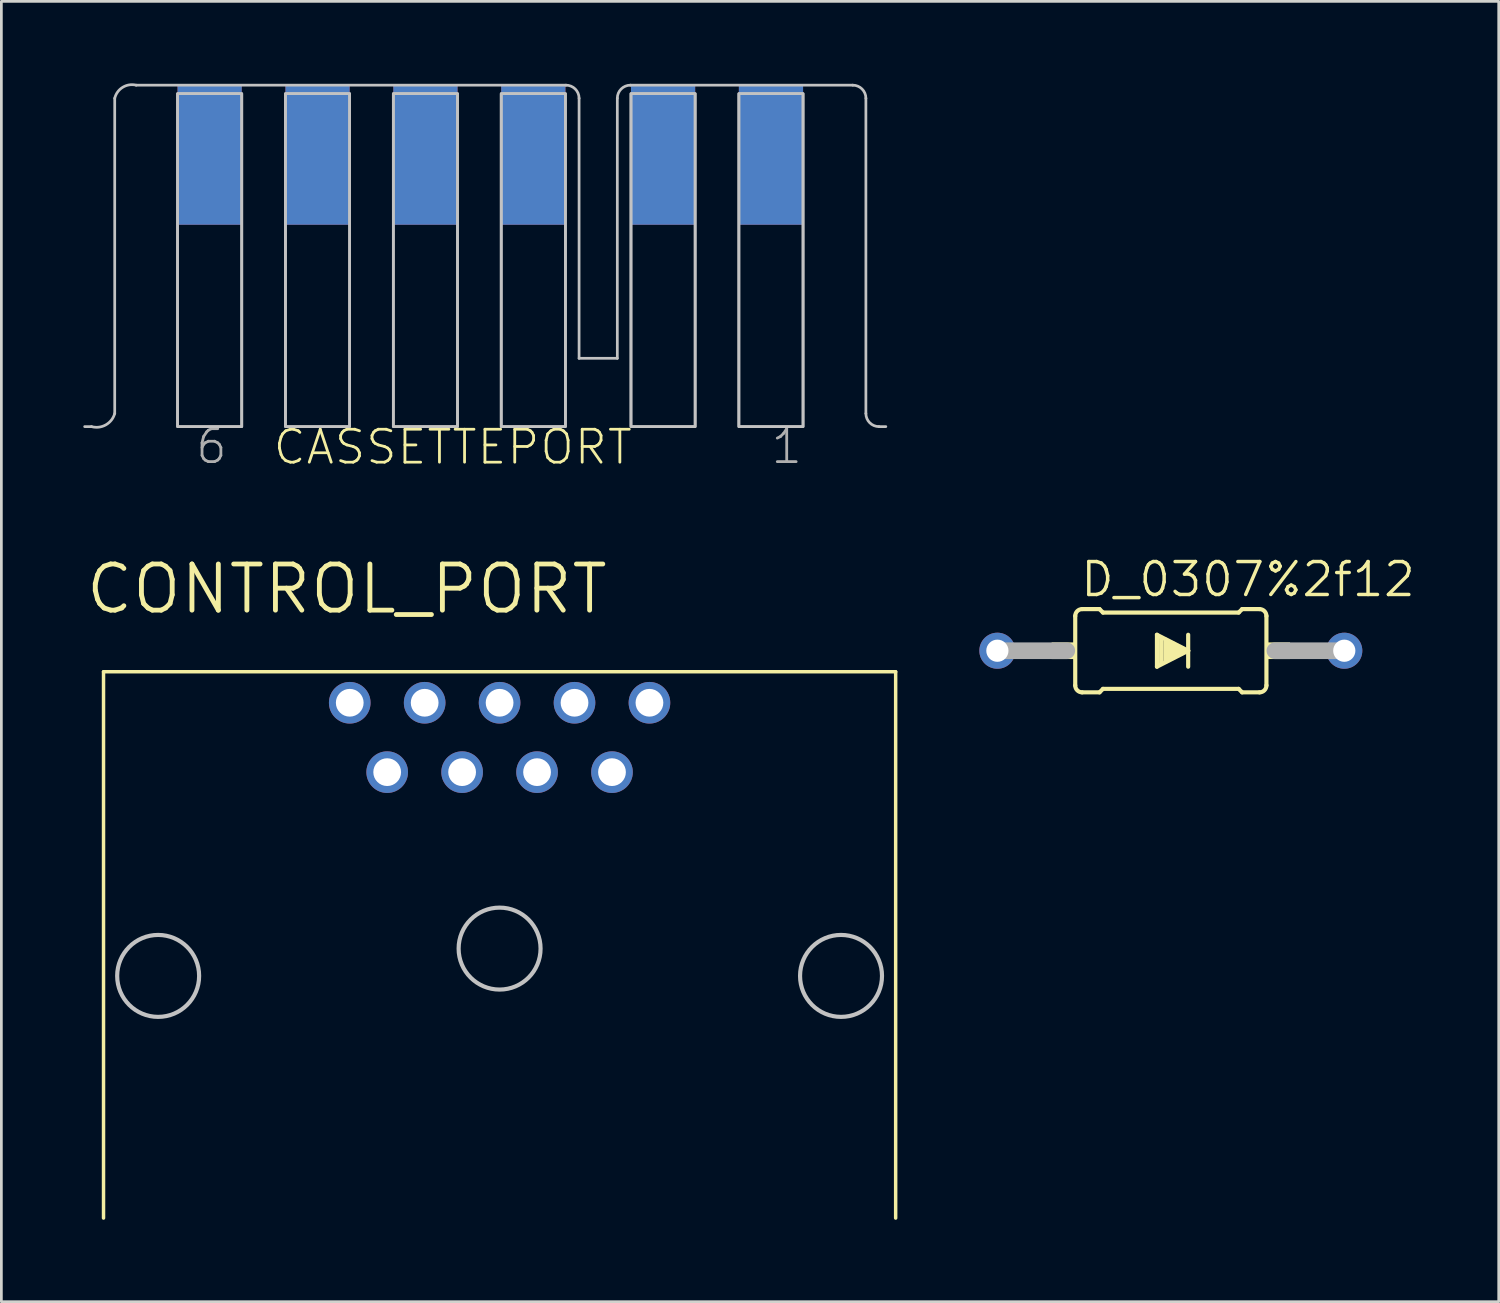
<source format=kicad_pcb>
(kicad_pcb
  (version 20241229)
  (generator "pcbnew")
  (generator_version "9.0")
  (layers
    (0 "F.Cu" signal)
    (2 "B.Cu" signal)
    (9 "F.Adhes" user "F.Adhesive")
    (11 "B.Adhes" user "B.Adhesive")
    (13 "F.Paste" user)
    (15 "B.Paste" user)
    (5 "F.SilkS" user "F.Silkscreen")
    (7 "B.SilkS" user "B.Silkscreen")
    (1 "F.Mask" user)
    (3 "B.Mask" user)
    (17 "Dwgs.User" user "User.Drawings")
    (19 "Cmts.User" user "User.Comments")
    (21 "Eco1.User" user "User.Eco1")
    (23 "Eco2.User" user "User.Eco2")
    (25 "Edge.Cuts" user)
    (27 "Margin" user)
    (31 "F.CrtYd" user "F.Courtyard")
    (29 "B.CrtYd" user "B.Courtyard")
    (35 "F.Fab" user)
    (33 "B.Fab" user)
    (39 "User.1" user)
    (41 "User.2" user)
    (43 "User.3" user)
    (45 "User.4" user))
  (footprint "CASSETTEPORT"
    (layer "F.Cu")
    (at 15.35 7.588)
    (property "Reference" "CASSETTEPORT" (at -8.466 6.435 0) (layer "F.SilkS") (effects (font (size 1.206 1.206) (thickness 0.102)) (justify left bottom)))
    (attr through_hole)
    (fp_line (start -15.3 4.98) (end -15.05 4.98) (stroke (width 0.1) (type solid)) (layer "Dwgs.User"))
    (fp_line (start -14.2 4.5) (end -14.2 -7.04) (stroke (width 0.1) (type solid)) (layer "Dwgs.User"))
    (fp_line (start -13.415 -7.52) (end 2.32 -7.52) (stroke (width 0.1) (type solid)) (layer "Dwgs.User"))
    (fp_line (start 2.8 -7.04) (end 2.8 2.48) (stroke (width 0.1) (type solid)) (layer "Dwgs.User"))
    (fp_line (start 4.2 -7.04) (end 4.2 2.48) (stroke (width 0.1) (type solid)) (layer "Dwgs.User"))
    (fp_line (start 4.2 2.48) (end 2.8 2.48) (stroke (width 0.1) (type solid)) (layer "Dwgs.User"))
    (fp_line (start 12.82 -7.52) (end 4.68 -7.52) (stroke (width 0.1) (type solid)) (layer "Dwgs.User"))
    (fp_line (start 13.3 4.5) (end 13.3 -7.04) (stroke (width 0.1) (type solid)) (layer "Dwgs.User"))
    (fp_line (start 14.03 4.98) (end 13.78 4.98) (stroke (width 0.1) (type solid)) (layer "Dwgs.User"))
    (fp_arc (start -14.2 -7.04) (mid -13.906911 -7.442579) (end -13.415 -7.52) (stroke (width 0.1) (type solid)) (layer "Dwgs.User"))
    (fp_arc (start -14.2 4.5) (mid -14.525589 4.916041) (end -15.05 4.98) (stroke (width 0.1) (type solid)) (layer "Dwgs.User"))
    (fp_arc (start 2.32 -7.52) (mid 2.659411 -7.379411) (end 2.8 -7.04) (stroke (width 0.1) (type solid)) (layer "Dwgs.User"))
    (fp_arc (start 4.2 -7.04) (mid 4.340589 -7.379411) (end 4.68 -7.52) (stroke (width 0.1) (type solid)) (layer "Dwgs.User"))
    (fp_arc (start 12.82 -7.52) (mid 13.159411 -7.379411) (end 13.3 -7.04) (stroke (width 0.1) (type solid)) (layer "Dwgs.User"))
    (fp_arc (start 13.78 4.98) (mid 13.440589 4.839411) (end 13.3 4.5) (stroke (width 0.1) (type solid)) (layer "Dwgs.User"))
    (fp_poly (pts (xy -11.9 4.98) (xy -9.55 4.98) (xy -9.55 -7.21) (xy -11.9 -7.21)) (stroke (width 0.1) (type solid)) (fill no) (layer "Dwgs.User"))
    (fp_poly (pts (xy -11.9 4.98) (xy -9.55 4.98) (xy -9.55 -7.21) (xy -11.9 -7.21)) (stroke (width 0.1) (type solid)) (fill no) (layer "Dwgs.User"))
    (fp_poly (pts (xy -7.95 4.98) (xy -5.6 4.98) (xy -5.6 -7.21) (xy -7.95 -7.21)) (stroke (width 0.1) (type solid)) (fill no) (layer "Dwgs.User"))
    (fp_poly (pts (xy -7.95 4.98) (xy -5.6 4.98) (xy -5.6 -7.21) (xy -7.95 -7.21)) (stroke (width 0.1) (type solid)) (fill no) (layer "Dwgs.User"))
    (fp_poly (pts (xy -4 4.98) (xy -1.65 4.98) (xy -1.65 -7.21) (xy -4 -7.21)) (stroke (width 0.1) (type solid)) (fill no) (layer "Dwgs.User"))
    (fp_poly (pts (xy -4 4.98) (xy -1.65 4.98) (xy -1.65 -7.21) (xy -4 -7.21)) (stroke (width 0.1) (type solid)) (fill no) (layer "Dwgs.User"))
    (fp_poly (pts (xy -0.05 4.98) (xy 2.3 4.98) (xy 2.3 -7.21) (xy -0.05 -7.21)) (stroke (width 0.1) (type solid)) (fill no) (layer "Dwgs.User"))
    (fp_poly (pts (xy -0.05 4.98) (xy 2.3 4.98) (xy 2.3 -7.21) (xy -0.05 -7.21)) (stroke (width 0.1) (type solid)) (fill no) (layer "Dwgs.User"))
    (fp_poly (pts (xy 4.7 4.98) (xy 7.05 4.98) (xy 7.05 -7.21) (xy 4.7 -7.21)) (stroke (width 0.1) (type solid)) (fill no) (layer "Dwgs.User"))
    (fp_poly (pts (xy 4.7 4.98) (xy 7.05 4.98) (xy 7.05 -7.21) (xy 4.7 -7.21)) (stroke (width 0.1) (type solid)) (fill no) (layer "Dwgs.User"))
    (fp_poly (pts (xy 8.65 4.98) (xy 11 4.98) (xy 11 -7.21) (xy 8.65 -7.21)) (stroke (width 0.1) (type solid)) (fill no) (layer "Dwgs.User"))
    (fp_poly (pts (xy 8.65 4.98) (xy 11 4.98) (xy 11 -7.21) (xy 8.65 -7.21)) (stroke (width 0.1) (type solid)) (fill no) (layer "Dwgs.User"))
    (fp_text user "6" (at -11.3 6.415 0) (layer "F.Fab") (effects (font (size 1.206 1.206) (thickness 0.102)) (justify left bottom)))
    (fp_text user "1" (at 9.76 6.415 0) (layer "F.Fab") (effects (font (size 1.206 1.206) (thickness 0.102)) (justify left bottom)))
    (pad "1" smd rect (at 9.825 -4.95 180) (size 2.35 5.08) (layers "F.Cu" "F.Mask" "F.Paste"))
    (pad "2" smd rect (at 5.875 -4.95 180) (size 2.35 5.08) (layers "F.Cu" "F.Mask" "F.Paste"))
    (pad "3" smd rect (at 1.125 -4.95 180) (size 2.35 5.08) (layers "F.Cu" "F.Mask" "F.Paste"))
    (pad "4" smd rect (at -2.825 -4.95 180) (size 2.35 5.08) (layers "F.Cu" "F.Mask" "F.Paste"))
    (pad "5" smd rect (at -6.775 -4.95 180) (size 2.35 5.08) (layers "F.Cu" "F.Mask" "F.Paste"))
    (pad "6" smd rect (at -10.725 -4.95 180) (size 2.35 5.08) (layers "F.Cu" "F.Mask" "F.Paste"))
    (pad "A" smd rect (at 9.825 -4.95 180) (size 2.35 5.08) (layers "B.Cu" "B.Mask" "B.Paste"))
    (pad "B" smd rect (at 5.875 -4.95 180) (size 2.35 5.08) (layers "B.Cu" "B.Mask" "B.Paste"))
    (pad "C" smd rect (at 1.125 -4.95 180) (size 2.35 5.08) (layers "B.Cu" "B.Mask" "B.Paste"))
    (pad "D" smd rect (at -2.825 -4.95 180) (size 2.35 5.08) (layers "B.Cu" "B.Mask" "B.Paste"))
    (pad "E" smd rect (at -6.775 -4.95 180) (size 2.35 5.08) (layers "B.Cu" "B.Mask" "B.Paste"))
    (pad "F" smd rect (at -10.725 -4.95 180) (size 2.35 5.08) (layers "B.Cu" "B.Mask" "B.Paste")))
  (footprint "CONTROL_PORT"
    (layer "F.Cu")
    (at 15.24 23.948)
    (property "Reference" "CONTROL_PORT" (at -15.24 -4.445 0) (layer "F.SilkS") (effects (font (size 1.689 1.689) (thickness 0.178)) (justify left bottom)))
    (attr through_hole)
    (fp_line (start -14.5 -2.405) (end 14.5 -2.405) (stroke (width 0.127) (type solid)) (layer "F.SilkS"))
    (fp_line (start -14.5 17.595) (end -14.5 -2.405) (stroke (width 0.127) (type solid)) (layer "F.SilkS"))
    (fp_line (start 14.5 -2.405) (end 14.5 17.595) (stroke (width 0.127) (type solid)) (layer "F.SilkS"))
    (fp_circle (center -12.5 8.73) (end -11 8.73) (stroke (width 0.152) (type solid)) (fill no) (layer "Dwgs.User"))
    (fp_circle (center 0 7.73) (end 1.5 7.73) (stroke (width 0.152) (type solid)) (fill no) (layer "Dwgs.User"))
    (fp_circle (center 12.5 8.73) (end 14 8.73) (stroke (width 0.152) (type solid)) (fill no) (layer "Dwgs.User"))
    (pad "1" thru_hole circle (at -5.486 -1.27) (size 1.524 1.524) (drill 1.016) (layers "*.Cu" "*.Mask"))
    (pad "2" thru_hole circle (at -2.743 -1.27) (size 1.524 1.524) (drill 1.016) (layers "*.Cu" "*.Mask"))
    (pad "3" thru_hole circle (at 0 -1.27) (size 1.524 1.524) (drill 1.016) (layers "*.Cu" "*.Mask"))
    (pad "4" thru_hole circle (at 2.743 -1.27) (size 1.524 1.524) (drill 1.016) (layers "*.Cu" "*.Mask"))
    (pad "5" thru_hole circle (at 5.486 -1.27) (size 1.524 1.524) (drill 1.016) (layers "*.Cu" "*.Mask"))
    (pad "6" thru_hole circle (at -4.115 1.27) (size 1.524 1.524) (drill 1.016) (layers "*.Cu" "*.Mask"))
    (pad "7" thru_hole circle (at -1.372 1.27) (size 1.524 1.524) (drill 1.016) (layers "*.Cu" "*.Mask"))
    (pad "8" thru_hole circle (at 1.372 1.27) (size 1.524 1.524) (drill 1.016) (layers "*.Cu" "*.Mask"))
    (pad "9" thru_hole circle (at 4.115 1.27) (size 1.524 1.524) (drill 1.016) (layers "*.Cu" "*.Mask")))
  (footprint "D_0307%2f12"
    (layer "F.Cu")
    (at 39.814 20.773)
    (property "Reference" "D_0307%2f12" (at -3.373 -1.905 0) (layer "F.SilkS") (effects (font (size 1.206 1.206) (thickness 0.127)) (justify left bottom)))
    (attr through_hole)
    (fp_line (start -3.5 1.27) (end -3.5 -1.27) (stroke (width 0.152) (type solid)) (layer "F.SilkS"))
    (fp_line (start -3.246 -1.524) (end -2.611 -1.524) (stroke (width 0.152) (type solid)) (layer "F.SilkS"))
    (fp_line (start -3.246 1.524) (end -2.611 1.524) (stroke (width 0.152) (type solid)) (layer "F.SilkS"))
    (fp_line (start -2.484 -1.397) (end -2.611 -1.524) (stroke (width 0.152) (type solid)) (layer "F.SilkS"))
    (fp_line (start -2.484 1.397) (end -2.611 1.524) (stroke (width 0.152) (type solid)) (layer "F.SilkS"))
    (fp_line (start -0.508 -0.584) (end 0.635 0) (stroke (width 0.152) (type solid)) (layer "F.SilkS"))
    (fp_line (start -0.508 0.584) (end -0.508 -0.584) (stroke (width 0.152) (type solid)) (layer "F.SilkS"))
    (fp_line (start -0.356 0.483) (end -0.356 -0.483) (stroke (width 0.152) (type solid)) (layer "F.SilkS"))
    (fp_line (start -0.203 0.406) (end -0.203 -0.406) (stroke (width 0.152) (type solid)) (layer "F.SilkS"))
    (fp_line (start -0.127 0.356) (end -0.127 -0.356) (stroke (width 0.152) (type solid)) (layer "F.SilkS"))
    (fp_line (start -0.051 0.279) (end -0.051 -0.279) (stroke (width 0.152) (type solid)) (layer "F.SilkS"))
    (fp_line (start 0.025 0.279) (end 0.025 -0.279) (stroke (width 0.152) (type solid)) (layer "F.SilkS"))
    (fp_line (start 0.102 0.254) (end 0.102 -0.254) (stroke (width 0.152) (type solid)) (layer "F.SilkS"))
    (fp_line (start 0.178 0.127) (end 0.178 -0.127) (stroke (width 0.152) (type solid)) (layer "F.SilkS"))
    (fp_line (start 0.254 0.127) (end 0.254 -0.127) (stroke (width 0.152) (type solid)) (layer "F.SilkS"))
    (fp_line (start 0.33 0.127) (end 0.33 -0.127) (stroke (width 0.152) (type solid)) (layer "F.SilkS"))
    (fp_line (start 0.406 0.102) (end 0.406 -0.102) (stroke (width 0.152) (type solid)) (layer "F.SilkS"))
    (fp_line (start 0.635 0) (end -0.508 0.584) (stroke (width 0.152) (type solid)) (layer "F.SilkS"))
    (fp_line (start 0.635 0) (end 0.635 -0.584) (stroke (width 0.152) (type solid)) (layer "F.SilkS"))
    (fp_line (start 0.635 0.584) (end 0.635 0) (stroke (width 0.152) (type solid)) (layer "F.SilkS"))
    (fp_line (start 2.484 -1.397) (end -2.484 -1.397) (stroke (width 0.152) (type solid)) (layer "F.SilkS"))
    (fp_line (start 2.484 -1.397) (end 2.611 -1.524) (stroke (width 0.152) (type solid)) (layer "F.SilkS"))
    (fp_line (start 2.484 1.397) (end -2.484 1.397) (stroke (width 0.152) (type solid)) (layer "F.SilkS"))
    (fp_line (start 2.484 1.397) (end 2.611 1.524) (stroke (width 0.152) (type solid)) (layer "F.SilkS"))
    (fp_line (start 3.246 -1.524) (end 2.611 -1.524) (stroke (width 0.152) (type solid)) (layer "F.SilkS"))
    (fp_line (start 3.246 1.524) (end 2.611 1.524) (stroke (width 0.152) (type solid)) (layer "F.SilkS"))
    (fp_line (start 3.5 1.27) (end 3.5 -1.27) (stroke (width 0.152) (type solid)) (layer "F.SilkS"))
    (fp_arc (start -3.5 -1.27) (mid -3.425605 -1.449605) (end -3.246 -1.524) (stroke (width 0.1524) (type solid)) (layer "F.SilkS"))
    (fp_arc (start -3.246 1.524) (mid -3.425605 1.449605) (end -3.5 1.27) (stroke (width 0.1524) (type solid)) (layer "F.SilkS"))
    (fp_arc (start 3.246 -1.524) (mid 3.425605 -1.449605) (end 3.5 -1.27) (stroke (width 0.1524) (type solid)) (layer "F.SilkS"))
    (fp_arc (start 3.5 1.27) (mid 3.425605 1.449605) (end 3.246 1.524) (stroke (width 0.1524) (type solid)) (layer "F.SilkS"))
    (fp_poly (pts (xy -4.364 0.305) (xy -3.5 0.305) (xy -3.5 -0.305) (xy -4.364 -0.305)) (stroke (width 0) (type solid)) (fill yes) (layer "F.SilkS"))
    (fp_poly (pts (xy 3.5 0.305) (xy 4.364 0.305) (xy 4.364 -0.305) (xy 3.5 -0.305)) (stroke (width 0) (type solid)) (fill yes) (layer "F.SilkS"))
    (fp_line (start -6.35 0) (end -3.81 0) (stroke (width 0.61) (type solid)) (layer "F.Fab"))
    (fp_line (start 6.35 0) (end 3.81 0) (stroke (width 0.61) (type solid)) (layer "F.Fab"))
    (pad "1" thru_hole circle (at -6.35 0) (size 1.321 1.321) (drill 0.813) (layers "*.Cu" "*.Mask"))
    (pad "2" thru_hole circle (at 6.35 0) (size 1.321 1.321) (drill 0.813) (layers "*.Cu" "*.Mask")))
  (gr_rect
    (start -3 -3)
    (end 51.818 44.606)
    (stroke (width 0.1) (type default))
    (fill no)
    (layer "Edge.Cuts")))
</source>
